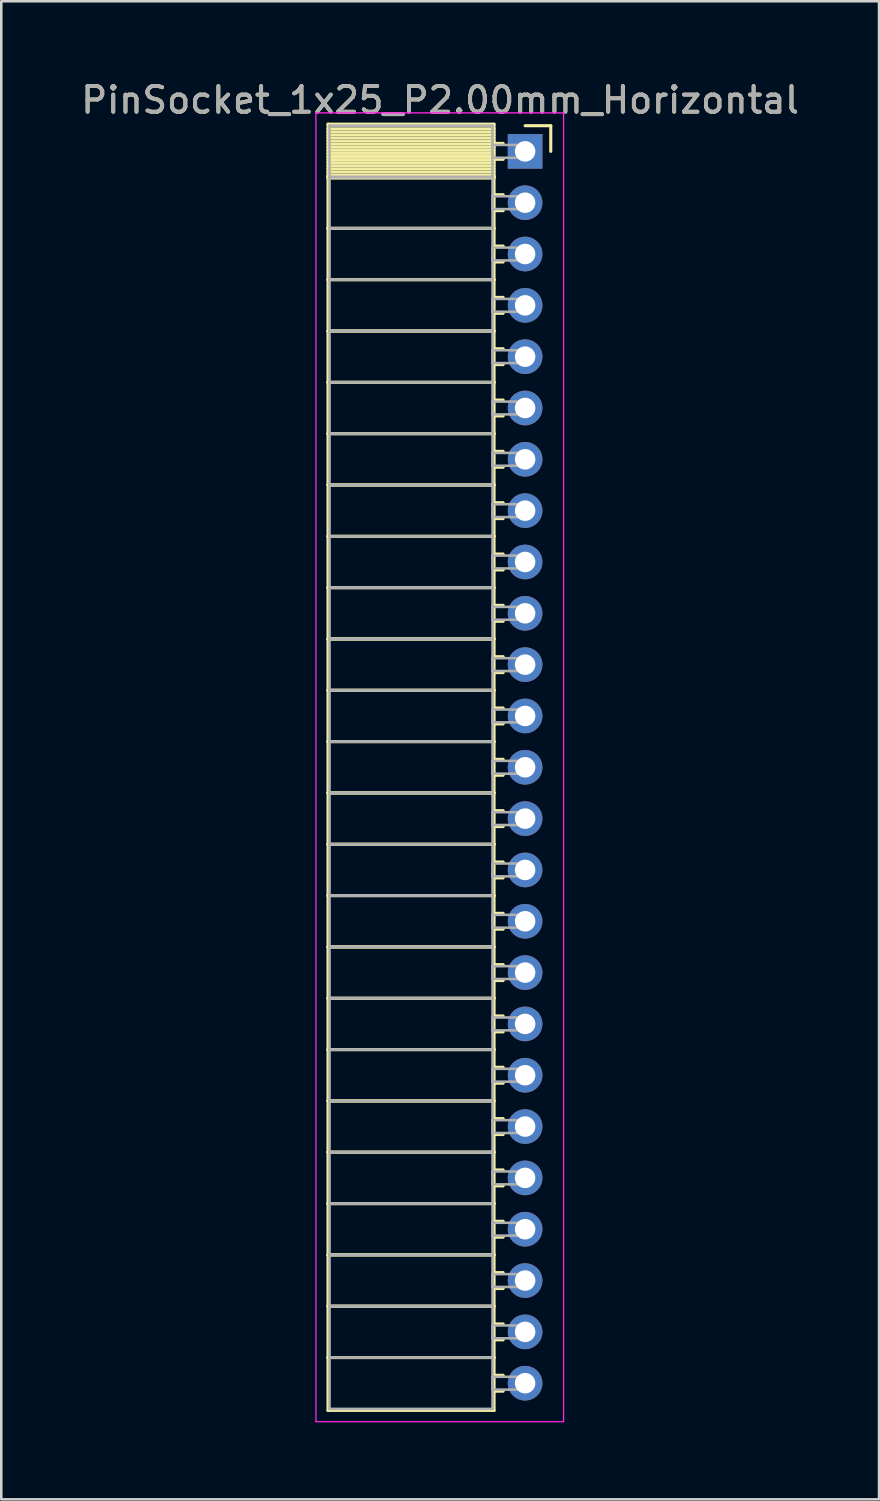
<source format=kicad_pcb>
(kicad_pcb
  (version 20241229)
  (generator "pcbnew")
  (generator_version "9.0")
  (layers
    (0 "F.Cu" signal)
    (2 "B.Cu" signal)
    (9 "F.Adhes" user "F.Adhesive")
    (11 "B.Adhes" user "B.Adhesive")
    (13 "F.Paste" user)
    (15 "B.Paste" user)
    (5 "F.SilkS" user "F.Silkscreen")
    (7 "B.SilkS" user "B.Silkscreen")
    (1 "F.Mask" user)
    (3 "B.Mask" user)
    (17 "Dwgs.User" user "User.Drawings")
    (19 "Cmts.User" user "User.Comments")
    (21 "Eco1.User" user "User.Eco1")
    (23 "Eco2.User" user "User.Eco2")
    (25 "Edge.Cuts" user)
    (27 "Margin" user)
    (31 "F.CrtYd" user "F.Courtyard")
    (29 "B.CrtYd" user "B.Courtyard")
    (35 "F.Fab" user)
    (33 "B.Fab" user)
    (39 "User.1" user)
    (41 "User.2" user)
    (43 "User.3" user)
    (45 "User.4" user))
  (footprint "PinSocket_1x25_P2.00mm_Horizontal"
    (layer "F.Cu")
    (at 17.411 2.848)
    (property "Reference" "PinSocket_1x25_P2.00mm_Horizontal" (at -3.31 -2 0) (layer "F.SilkS") (effects (font (size 1 1) (thickness 0.15))))
    (attr through_hole)
    (fp_line (start -7.68 -1.06) (end -1.21 -1.06) (stroke (width 0.12) (type solid)) (layer "F.SilkS"))
    (fp_line (start -7.68 1) (end -7.68 -1.06) (stroke (width 0.12) (type solid)) (layer "F.SilkS"))
    (fp_line (start -7.68 1) (end -1.21 1) (stroke (width 0.12) (type solid)) (layer "F.SilkS"))
    (fp_line (start -7.68 3) (end -7.68 1) (stroke (width 0.12) (type solid)) (layer "F.SilkS"))
    (fp_line (start -7.68 3) (end -1.21 3) (stroke (width 0.12) (type solid)) (layer "F.SilkS"))
    (fp_line (start -7.68 5) (end -7.68 3) (stroke (width 0.12) (type solid)) (layer "F.SilkS"))
    (fp_line (start -7.68 5) (end -1.21 5) (stroke (width 0.12) (type solid)) (layer "F.SilkS"))
    (fp_line (start -7.68 7) (end -7.68 5) (stroke (width 0.12) (type solid)) (layer "F.SilkS"))
    (fp_line (start -7.68 7) (end -1.21 7) (stroke (width 0.12) (type solid)) (layer "F.SilkS"))
    (fp_line (start -7.68 9) (end -7.68 7) (stroke (width 0.12) (type solid)) (layer "F.SilkS"))
    (fp_line (start -7.68 9) (end -1.21 9) (stroke (width 0.12) (type solid)) (layer "F.SilkS"))
    (fp_line (start -7.68 11) (end -7.68 9) (stroke (width 0.12) (type solid)) (layer "F.SilkS"))
    (fp_line (start -7.68 11) (end -1.21 11) (stroke (width 0.12) (type solid)) (layer "F.SilkS"))
    (fp_line (start -7.68 13) (end -7.68 11) (stroke (width 0.12) (type solid)) (layer "F.SilkS"))
    (fp_line (start -7.68 13) (end -1.21 13) (stroke (width 0.12) (type solid)) (layer "F.SilkS"))
    (fp_line (start -7.68 15) (end -7.68 13) (stroke (width 0.12) (type solid)) (layer "F.SilkS"))
    (fp_line (start -7.68 15) (end -1.21 15) (stroke (width 0.12) (type solid)) (layer "F.SilkS"))
    (fp_line (start -7.68 17) (end -7.68 15) (stroke (width 0.12) (type solid)) (layer "F.SilkS"))
    (fp_line (start -7.68 17) (end -1.21 17) (stroke (width 0.12) (type solid)) (layer "F.SilkS"))
    (fp_line (start -7.68 19) (end -7.68 17) (stroke (width 0.12) (type solid)) (layer "F.SilkS"))
    (fp_line (start -7.68 19) (end -1.21 19) (stroke (width 0.12) (type solid)) (layer "F.SilkS"))
    (fp_line (start -7.68 21) (end -7.68 19) (stroke (width 0.12) (type solid)) (layer "F.SilkS"))
    (fp_line (start -7.68 21) (end -1.21 21) (stroke (width 0.12) (type solid)) (layer "F.SilkS"))
    (fp_line (start -7.68 23) (end -7.68 21) (stroke (width 0.12) (type solid)) (layer "F.SilkS"))
    (fp_line (start -7.68 23) (end -1.21 23) (stroke (width 0.12) (type solid)) (layer "F.SilkS"))
    (fp_line (start -7.68 25) (end -7.68 23) (stroke (width 0.12) (type solid)) (layer "F.SilkS"))
    (fp_line (start -7.68 25) (end -1.21 25) (stroke (width 0.12) (type solid)) (layer "F.SilkS"))
    (fp_line (start -7.68 27) (end -7.68 25) (stroke (width 0.12) (type solid)) (layer "F.SilkS"))
    (fp_line (start -7.68 27) (end -1.21 27) (stroke (width 0.12) (type solid)) (layer "F.SilkS"))
    (fp_line (start -7.68 29) (end -7.68 27) (stroke (width 0.12) (type solid)) (layer "F.SilkS"))
    (fp_line (start -7.68 29) (end -1.21 29) (stroke (width 0.12) (type solid)) (layer "F.SilkS"))
    (fp_line (start -7.68 31) (end -7.68 29) (stroke (width 0.12) (type solid)) (layer "F.SilkS"))
    (fp_line (start -7.68 31) (end -1.21 31) (stroke (width 0.12) (type solid)) (layer "F.SilkS"))
    (fp_line (start -7.68 33) (end -7.68 31) (stroke (width 0.12) (type solid)) (layer "F.SilkS"))
    (fp_line (start -7.68 33) (end -1.21 33) (stroke (width 0.12) (type solid)) (layer "F.SilkS"))
    (fp_line (start -7.68 35) (end -7.68 33) (stroke (width 0.12) (type solid)) (layer "F.SilkS"))
    (fp_line (start -7.68 35) (end -1.21 35) (stroke (width 0.12) (type solid)) (layer "F.SilkS"))
    (fp_line (start -7.68 37) (end -7.68 35) (stroke (width 0.12) (type solid)) (layer "F.SilkS"))
    (fp_line (start -7.68 37) (end -1.21 37) (stroke (width 0.12) (type solid)) (layer "F.SilkS"))
    (fp_line (start -7.68 39) (end -7.68 37) (stroke (width 0.12) (type solid)) (layer "F.SilkS"))
    (fp_line (start -7.68 39) (end -1.21 39) (stroke (width 0.12) (type solid)) (layer "F.SilkS"))
    (fp_line (start -7.68 41) (end -7.68 39) (stroke (width 0.12) (type solid)) (layer "F.SilkS"))
    (fp_line (start -7.68 41) (end -1.21 41) (stroke (width 0.12) (type solid)) (layer "F.SilkS"))
    (fp_line (start -7.68 43) (end -7.68 41) (stroke (width 0.12) (type solid)) (layer "F.SilkS"))
    (fp_line (start -7.68 43) (end -1.21 43) (stroke (width 0.12) (type solid)) (layer "F.SilkS"))
    (fp_line (start -7.68 45) (end -7.68 43) (stroke (width 0.12) (type solid)) (layer "F.SilkS"))
    (fp_line (start -7.68 45) (end -1.21 45) (stroke (width 0.12) (type solid)) (layer "F.SilkS"))
    (fp_line (start -7.68 47) (end -7.68 45) (stroke (width 0.12) (type solid)) (layer "F.SilkS"))
    (fp_line (start -7.68 47) (end -1.21 47) (stroke (width 0.12) (type solid)) (layer "F.SilkS"))
    (fp_line (start -7.68 49.06) (end -7.68 47) (stroke (width 0.12) (type solid)) (layer "F.SilkS"))
    (fp_line (start -1.21 -1.06) (end -1.21 1) (stroke (width 0.12) (type solid)) (layer "F.SilkS"))
    (fp_line (start -1.21 -0.88) (end -7.68 -0.88) (stroke (width 0.12) (type solid)) (layer "F.SilkS"))
    (fp_line (start -1.21 -0.76) (end -7.68 -0.76) (stroke (width 0.12) (type solid)) (layer "F.SilkS"))
    (fp_line (start -1.21 -0.64) (end -7.68 -0.64) (stroke (width 0.12) (type solid)) (layer "F.SilkS"))
    (fp_line (start -1.21 -0.52) (end -7.68 -0.52) (stroke (width 0.12) (type solid)) (layer "F.SilkS"))
    (fp_line (start -1.21 -0.4) (end -7.68 -0.4) (stroke (width 0.12) (type solid)) (layer "F.SilkS"))
    (fp_line (start -1.21 -0.28) (end -7.68 -0.28) (stroke (width 0.12) (type solid)) (layer "F.SilkS"))
    (fp_line (start -1.21 -0.16) (end -7.68 -0.16) (stroke (width 0.12) (type solid)) (layer "F.SilkS"))
    (fp_line (start -1.21 -0.04) (end -7.68 -0.04) (stroke (width 0.12) (type solid)) (layer "F.SilkS"))
    (fp_line (start -1.21 0.08) (end -7.68 0.08) (stroke (width 0.12) (type solid)) (layer "F.SilkS"))
    (fp_line (start -1.21 0.2) (end -7.68 0.2) (stroke (width 0.12) (type solid)) (layer "F.SilkS"))
    (fp_line (start -1.21 0.32) (end -7.68 0.32) (stroke (width 0.12) (type solid)) (layer "F.SilkS"))
    (fp_line (start -1.21 0.44) (end -7.68 0.44) (stroke (width 0.12) (type solid)) (layer "F.SilkS"))
    (fp_line (start -1.21 0.56) (end -7.68 0.56) (stroke (width 0.12) (type solid)) (layer "F.SilkS"))
    (fp_line (start -1.21 0.68) (end -7.68 0.68) (stroke (width 0.12) (type solid)) (layer "F.SilkS"))
    (fp_line (start -1.21 0.8) (end -7.68 0.8) (stroke (width 0.12) (type solid)) (layer "F.SilkS"))
    (fp_line (start -1.21 0.92) (end -7.68 0.92) (stroke (width 0.12) (type solid)) (layer "F.SilkS"))
    (fp_line (start -1.21 1) (end -7.68 1) (stroke (width 0.12) (type solid)) (layer "F.SilkS"))
    (fp_line (start -1.21 1) (end -1.21 3) (stroke (width 0.12) (type solid)) (layer "F.SilkS"))
    (fp_line (start -1.21 1.04) (end -7.68 1.04) (stroke (width 0.12) (type solid)) (layer "F.SilkS"))
    (fp_line (start -1.21 3) (end -7.68 3) (stroke (width 0.12) (type solid)) (layer "F.SilkS"))
    (fp_line (start -1.21 3) (end -1.21 5) (stroke (width 0.12) (type solid)) (layer "F.SilkS"))
    (fp_line (start -1.21 5) (end -7.68 5) (stroke (width 0.12) (type solid)) (layer "F.SilkS"))
    (fp_line (start -1.21 5) (end -1.21 7) (stroke (width 0.12) (type solid)) (layer "F.SilkS"))
    (fp_line (start -1.21 7) (end -7.68 7) (stroke (width 0.12) (type solid)) (layer "F.SilkS"))
    (fp_line (start -1.21 7) (end -1.21 9) (stroke (width 0.12) (type solid)) (layer "F.SilkS"))
    (fp_line (start -1.21 9) (end -7.68 9) (stroke (width 0.12) (type solid)) (layer "F.SilkS"))
    (fp_line (start -1.21 9) (end -1.21 11) (stroke (width 0.12) (type solid)) (layer "F.SilkS"))
    (fp_line (start -1.21 11) (end -7.68 11) (stroke (width 0.12) (type solid)) (layer "F.SilkS"))
    (fp_line (start -1.21 11) (end -1.21 13) (stroke (width 0.12) (type solid)) (layer "F.SilkS"))
    (fp_line (start -1.21 13) (end -7.68 13) (stroke (width 0.12) (type solid)) (layer "F.SilkS"))
    (fp_line (start -1.21 13) (end -1.21 15) (stroke (width 0.12) (type solid)) (layer "F.SilkS"))
    (fp_line (start -1.21 15) (end -7.68 15) (stroke (width 0.12) (type solid)) (layer "F.SilkS"))
    (fp_line (start -1.21 15) (end -1.21 17) (stroke (width 0.12) (type solid)) (layer "F.SilkS"))
    (fp_line (start -1.21 17) (end -7.68 17) (stroke (width 0.12) (type solid)) (layer "F.SilkS"))
    (fp_line (start -1.21 17) (end -1.21 19) (stroke (width 0.12) (type solid)) (layer "F.SilkS"))
    (fp_line (start -1.21 19) (end -7.68 19) (stroke (width 0.12) (type solid)) (layer "F.SilkS"))
    (fp_line (start -1.21 19) (end -1.21 21) (stroke (width 0.12) (type solid)) (layer "F.SilkS"))
    (fp_line (start -1.21 21) (end -7.68 21) (stroke (width 0.12) (type solid)) (layer "F.SilkS"))
    (fp_line (start -1.21 21) (end -1.21 23) (stroke (width 0.12) (type solid)) (layer "F.SilkS"))
    (fp_line (start -1.21 23) (end -7.68 23) (stroke (width 0.12) (type solid)) (layer "F.SilkS"))
    (fp_line (start -1.21 23) (end -1.21 25) (stroke (width 0.12) (type solid)) (layer "F.SilkS"))
    (fp_line (start -1.21 25) (end -7.68 25) (stroke (width 0.12) (type solid)) (layer "F.SilkS"))
    (fp_line (start -1.21 25) (end -1.21 27) (stroke (width 0.12) (type solid)) (layer "F.SilkS"))
    (fp_line (start -1.21 27) (end -7.68 27) (stroke (width 0.12) (type solid)) (layer "F.SilkS"))
    (fp_line (start -1.21 27) (end -1.21 29) (stroke (width 0.12) (type solid)) (layer "F.SilkS"))
    (fp_line (start -1.21 29) (end -7.68 29) (stroke (width 0.12) (type solid)) (layer "F.SilkS"))
    (fp_line (start -1.21 29) (end -1.21 31) (stroke (width 0.12) (type solid)) (layer "F.SilkS"))
    (fp_line (start -1.21 31) (end -7.68 31) (stroke (width 0.12) (type solid)) (layer "F.SilkS"))
    (fp_line (start -1.21 31) (end -1.21 33) (stroke (width 0.12) (type solid)) (layer "F.SilkS"))
    (fp_line (start -1.21 33) (end -7.68 33) (stroke (width 0.12) (type solid)) (layer "F.SilkS"))
    (fp_line (start -1.21 33) (end -1.21 35) (stroke (width 0.12) (type solid)) (layer "F.SilkS"))
    (fp_line (start -1.21 35) (end -7.68 35) (stroke (width 0.12) (type solid)) (layer "F.SilkS"))
    (fp_line (start -1.21 35) (end -1.21 37) (stroke (width 0.12) (type solid)) (layer "F.SilkS"))
    (fp_line (start -1.21 37) (end -7.68 37) (stroke (width 0.12) (type solid)) (layer "F.SilkS"))
    (fp_line (start -1.21 37) (end -1.21 39) (stroke (width 0.12) (type solid)) (layer "F.SilkS"))
    (fp_line (start -1.21 39) (end -7.68 39) (stroke (width 0.12) (type solid)) (layer "F.SilkS"))
    (fp_line (start -1.21 39) (end -1.21 41) (stroke (width 0.12) (type solid)) (layer "F.SilkS"))
    (fp_line (start -1.21 41) (end -7.68 41) (stroke (width 0.12) (type solid)) (layer "F.SilkS"))
    (fp_line (start -1.21 41) (end -1.21 43) (stroke (width 0.12) (type solid)) (layer "F.SilkS"))
    (fp_line (start -1.21 43) (end -7.68 43) (stroke (width 0.12) (type solid)) (layer "F.SilkS"))
    (fp_line (start -1.21 43) (end -1.21 45) (stroke (width 0.12) (type solid)) (layer "F.SilkS"))
    (fp_line (start -1.21 45) (end -7.68 45) (stroke (width 0.12) (type solid)) (layer "F.SilkS"))
    (fp_line (start -1.21 45) (end -1.21 47) (stroke (width 0.12) (type solid)) (layer "F.SilkS"))
    (fp_line (start -1.21 47) (end -7.68 47) (stroke (width 0.12) (type solid)) (layer "F.SilkS"))
    (fp_line (start -1.21 47) (end -1.21 49.06) (stroke (width 0.12) (type solid)) (layer "F.SilkS"))
    (fp_line (start -1.21 49.06) (end -7.68 49.06) (stroke (width 0.12) (type solid)) (layer "F.SilkS"))
    (fp_line (start -0.855 -0.31) (end -1.21 -0.31) (stroke (width 0.12) (type solid)) (layer "F.SilkS"))
    (fp_line (start -0.855 0.31) (end -1.21 0.31) (stroke (width 0.12) (type solid)) (layer "F.SilkS"))
    (fp_line (start -0.855 1.69) (end -1.21 1.69) (stroke (width 0.12) (type solid)) (layer "F.SilkS"))
    (fp_line (start -0.855 2.31) (end -1.21 2.31) (stroke (width 0.12) (type solid)) (layer "F.SilkS"))
    (fp_line (start -0.855 3.69) (end -1.21 3.69) (stroke (width 0.12) (type solid)) (layer "F.SilkS"))
    (fp_line (start -0.855 4.31) (end -1.21 4.31) (stroke (width 0.12) (type solid)) (layer "F.SilkS"))
    (fp_line (start -0.855 5.69) (end -1.21 5.69) (stroke (width 0.12) (type solid)) (layer "F.SilkS"))
    (fp_line (start -0.855 6.31) (end -1.21 6.31) (stroke (width 0.12) (type solid)) (layer "F.SilkS"))
    (fp_line (start -0.855 7.69) (end -1.21 7.69) (stroke (width 0.12) (type solid)) (layer "F.SilkS"))
    (fp_line (start -0.855 8.31) (end -1.21 8.31) (stroke (width 0.12) (type solid)) (layer "F.SilkS"))
    (fp_line (start -0.855 9.69) (end -1.21 9.69) (stroke (width 0.12) (type solid)) (layer "F.SilkS"))
    (fp_line (start -0.855 10.31) (end -1.21 10.31) (stroke (width 0.12) (type solid)) (layer "F.SilkS"))
    (fp_line (start -0.855 11.69) (end -1.21 11.69) (stroke (width 0.12) (type solid)) (layer "F.SilkS"))
    (fp_line (start -0.855 12.31) (end -1.21 12.31) (stroke (width 0.12) (type solid)) (layer "F.SilkS"))
    (fp_line (start -0.855 13.69) (end -1.21 13.69) (stroke (width 0.12) (type solid)) (layer "F.SilkS"))
    (fp_line (start -0.855 14.31) (end -1.21 14.31) (stroke (width 0.12) (type solid)) (layer "F.SilkS"))
    (fp_line (start -0.855 15.69) (end -1.21 15.69) (stroke (width 0.12) (type solid)) (layer "F.SilkS"))
    (fp_line (start -0.855 16.31) (end -1.21 16.31) (stroke (width 0.12) (type solid)) (layer "F.SilkS"))
    (fp_line (start -0.855 17.69) (end -1.21 17.69) (stroke (width 0.12) (type solid)) (layer "F.SilkS"))
    (fp_line (start -0.855 18.31) (end -1.21 18.31) (stroke (width 0.12) (type solid)) (layer "F.SilkS"))
    (fp_line (start -0.855 19.69) (end -1.21 19.69) (stroke (width 0.12) (type solid)) (layer "F.SilkS"))
    (fp_line (start -0.855 20.31) (end -1.21 20.31) (stroke (width 0.12) (type solid)) (layer "F.SilkS"))
    (fp_line (start -0.855 21.69) (end -1.21 21.69) (stroke (width 0.12) (type solid)) (layer "F.SilkS"))
    (fp_line (start -0.855 22.31) (end -1.21 22.31) (stroke (width 0.12) (type solid)) (layer "F.SilkS"))
    (fp_line (start -0.855 23.69) (end -1.21 23.69) (stroke (width 0.12) (type solid)) (layer "F.SilkS"))
    (fp_line (start -0.855 24.31) (end -1.21 24.31) (stroke (width 0.12) (type solid)) (layer "F.SilkS"))
    (fp_line (start -0.855 25.69) (end -1.21 25.69) (stroke (width 0.12) (type solid)) (layer "F.SilkS"))
    (fp_line (start -0.855 26.31) (end -1.21 26.31) (stroke (width 0.12) (type solid)) (layer "F.SilkS"))
    (fp_line (start -0.855 27.69) (end -1.21 27.69) (stroke (width 0.12) (type solid)) (layer "F.SilkS"))
    (fp_line (start -0.855 28.31) (end -1.21 28.31) (stroke (width 0.12) (type solid)) (layer "F.SilkS"))
    (fp_line (start -0.855 29.69) (end -1.21 29.69) (stroke (width 0.12) (type solid)) (layer "F.SilkS"))
    (fp_line (start -0.855 30.31) (end -1.21 30.31) (stroke (width 0.12) (type solid)) (layer "F.SilkS"))
    (fp_line (start -0.855 31.69) (end -1.21 31.69) (stroke (width 0.12) (type solid)) (layer "F.SilkS"))
    (fp_line (start -0.855 32.31) (end -1.21 32.31) (stroke (width 0.12) (type solid)) (layer "F.SilkS"))
    (fp_line (start -0.855 33.69) (end -1.21 33.69) (stroke (width 0.12) (type solid)) (layer "F.SilkS"))
    (fp_line (start -0.855 34.31) (end -1.21 34.31) (stroke (width 0.12) (type solid)) (layer "F.SilkS"))
    (fp_line (start -0.855 35.69) (end -1.21 35.69) (stroke (width 0.12) (type solid)) (layer "F.SilkS"))
    (fp_line (start -0.855 36.31) (end -1.21 36.31) (stroke (width 0.12) (type solid)) (layer "F.SilkS"))
    (fp_line (start -0.855 37.69) (end -1.21 37.69) (stroke (width 0.12) (type solid)) (layer "F.SilkS"))
    (fp_line (start -0.855 38.31) (end -1.21 38.31) (stroke (width 0.12) (type solid)) (layer "F.SilkS"))
    (fp_line (start -0.855 39.69) (end -1.21 39.69) (stroke (width 0.12) (type solid)) (layer "F.SilkS"))
    (fp_line (start -0.855 40.31) (end -1.21 40.31) (stroke (width 0.12) (type solid)) (layer "F.SilkS"))
    (fp_line (start -0.855 41.69) (end -1.21 41.69) (stroke (width 0.12) (type solid)) (layer "F.SilkS"))
    (fp_line (start -0.855 42.31) (end -1.21 42.31) (stroke (width 0.12) (type solid)) (layer "F.SilkS"))
    (fp_line (start -0.855 43.69) (end -1.21 43.69) (stroke (width 0.12) (type solid)) (layer "F.SilkS"))
    (fp_line (start -0.855 44.31) (end -1.21 44.31) (stroke (width 0.12) (type solid)) (layer "F.SilkS"))
    (fp_line (start -0.855 45.69) (end -1.21 45.69) (stroke (width 0.12) (type solid)) (layer "F.SilkS"))
    (fp_line (start -0.855 46.31) (end -1.21 46.31) (stroke (width 0.12) (type solid)) (layer "F.SilkS"))
    (fp_line (start -0.855 47.69) (end -1.21 47.69) (stroke (width 0.12) (type solid)) (layer "F.SilkS"))
    (fp_line (start -0.855 48.31) (end -1.21 48.31) (stroke (width 0.12) (type solid)) (layer "F.SilkS"))
    (fp_line (start 0 -1) (end 1 -1) (stroke (width 0.12) (type solid)) (layer "F.SilkS"))
    (fp_line (start 1 -1) (end 1 0) (stroke (width 0.12) (type solid)) (layer "F.SilkS"))
    (fp_line (start -8.15 -1.5) (end 1.5 -1.5) (stroke (width 0.05) (type solid)) (layer "F.CrtYd"))
    (fp_line (start -8.15 49.5) (end -8.15 -1.5) (stroke (width 0.05) (type solid)) (layer "F.CrtYd"))
    (fp_line (start 1.5 -1.5) (end 1.5 49.5) (stroke (width 0.05) (type solid)) (layer "F.CrtYd"))
    (fp_line (start 1.5 49.5) (end -8.15 49.5) (stroke (width 0.05) (type solid)) (layer "F.CrtYd"))
    (fp_line (start -7.62 -1) (end -1.27 -1) (stroke (width 0.1) (type solid)) (layer "F.Fab"))
    (fp_line (start -7.62 1) (end -7.62 -1) (stroke (width 0.1) (type solid)) (layer "F.Fab"))
    (fp_line (start -7.62 1) (end -1.27 1) (stroke (width 0.1) (type solid)) (layer "F.Fab"))
    (fp_line (start -7.62 3) (end -7.62 1) (stroke (width 0.1) (type solid)) (layer "F.Fab"))
    (fp_line (start -7.62 3) (end -1.27 3) (stroke (width 0.1) (type solid)) (layer "F.Fab"))
    (fp_line (start -7.62 5) (end -7.62 3) (stroke (width 0.1) (type solid)) (layer "F.Fab"))
    (fp_line (start -7.62 5) (end -1.27 5) (stroke (width 0.1) (type solid)) (layer "F.Fab"))
    (fp_line (start -7.62 7) (end -7.62 5) (stroke (width 0.1) (type solid)) (layer "F.Fab"))
    (fp_line (start -7.62 7) (end -1.27 7) (stroke (width 0.1) (type solid)) (layer "F.Fab"))
    (fp_line (start -7.62 9) (end -7.62 7) (stroke (width 0.1) (type solid)) (layer "F.Fab"))
    (fp_line (start -7.62 9) (end -1.27 9) (stroke (width 0.1) (type solid)) (layer "F.Fab"))
    (fp_line (start -7.62 11) (end -7.62 9) (stroke (width 0.1) (type solid)) (layer "F.Fab"))
    (fp_line (start -7.62 11) (end -1.27 11) (stroke (width 0.1) (type solid)) (layer "F.Fab"))
    (fp_line (start -7.62 13) (end -7.62 11) (stroke (width 0.1) (type solid)) (layer "F.Fab"))
    (fp_line (start -7.62 13) (end -1.27 13) (stroke (width 0.1) (type solid)) (layer "F.Fab"))
    (fp_line (start -7.62 15) (end -7.62 13) (stroke (width 0.1) (type solid)) (layer "F.Fab"))
    (fp_line (start -7.62 15) (end -1.27 15) (stroke (width 0.1) (type solid)) (layer "F.Fab"))
    (fp_line (start -7.62 17) (end -7.62 15) (stroke (width 0.1) (type solid)) (layer "F.Fab"))
    (fp_line (start -7.62 17) (end -1.27 17) (stroke (width 0.1) (type solid)) (layer "F.Fab"))
    (fp_line (start -7.62 19) (end -7.62 17) (stroke (width 0.1) (type solid)) (layer "F.Fab"))
    (fp_line (start -7.62 19) (end -1.27 19) (stroke (width 0.1) (type solid)) (layer "F.Fab"))
    (fp_line (start -7.62 21) (end -7.62 19) (stroke (width 0.1) (type solid)) (layer "F.Fab"))
    (fp_line (start -7.62 21) (end -1.27 21) (stroke (width 0.1) (type solid)) (layer "F.Fab"))
    (fp_line (start -7.62 23) (end -7.62 21) (stroke (width 0.1) (type solid)) (layer "F.Fab"))
    (fp_line (start -7.62 23) (end -1.27 23) (stroke (width 0.1) (type solid)) (layer "F.Fab"))
    (fp_line (start -7.62 25) (end -7.62 23) (stroke (width 0.1) (type solid)) (layer "F.Fab"))
    (fp_line (start -7.62 25) (end -1.27 25) (stroke (width 0.1) (type solid)) (layer "F.Fab"))
    (fp_line (start -7.62 27) (end -7.62 25) (stroke (width 0.1) (type solid)) (layer "F.Fab"))
    (fp_line (start -7.62 27) (end -1.27 27) (stroke (width 0.1) (type solid)) (layer "F.Fab"))
    (fp_line (start -7.62 29) (end -7.62 27) (stroke (width 0.1) (type solid)) (layer "F.Fab"))
    (fp_line (start -7.62 29) (end -1.27 29) (stroke (width 0.1) (type solid)) (layer "F.Fab"))
    (fp_line (start -7.62 31) (end -7.62 29) (stroke (width 0.1) (type solid)) (layer "F.Fab"))
    (fp_line (start -7.62 31) (end -1.27 31) (stroke (width 0.1) (type solid)) (layer "F.Fab"))
    (fp_line (start -7.62 33) (end -7.62 31) (stroke (width 0.1) (type solid)) (layer "F.Fab"))
    (fp_line (start -7.62 33) (end -1.27 33) (stroke (width 0.1) (type solid)) (layer "F.Fab"))
    (fp_line (start -7.62 35) (end -7.62 33) (stroke (width 0.1) (type solid)) (layer "F.Fab"))
    (fp_line (start -7.62 35) (end -1.27 35) (stroke (width 0.1) (type solid)) (layer "F.Fab"))
    (fp_line (start -7.62 37) (end -7.62 35) (stroke (width 0.1) (type solid)) (layer "F.Fab"))
    (fp_line (start -7.62 37) (end -1.27 37) (stroke (width 0.1) (type solid)) (layer "F.Fab"))
    (fp_line (start -7.62 39) (end -7.62 37) (stroke (width 0.1) (type solid)) (layer "F.Fab"))
    (fp_line (start -7.62 39) (end -1.27 39) (stroke (width 0.1) (type solid)) (layer "F.Fab"))
    (fp_line (start -7.62 41) (end -7.62 39) (stroke (width 0.1) (type solid)) (layer "F.Fab"))
    (fp_line (start -7.62 41) (end -1.27 41) (stroke (width 0.1) (type solid)) (layer "F.Fab"))
    (fp_line (start -7.62 43) (end -7.62 41) (stroke (width 0.1) (type solid)) (layer "F.Fab"))
    (fp_line (start -7.62 43) (end -1.27 43) (stroke (width 0.1) (type solid)) (layer "F.Fab"))
    (fp_line (start -7.62 45) (end -7.62 43) (stroke (width 0.1) (type solid)) (layer "F.Fab"))
    (fp_line (start -7.62 45) (end -1.27 45) (stroke (width 0.1) (type solid)) (layer "F.Fab"))
    (fp_line (start -7.62 47) (end -7.62 45) (stroke (width 0.1) (type solid)) (layer "F.Fab"))
    (fp_line (start -7.62 47) (end -1.27 47) (stroke (width 0.1) (type solid)) (layer "F.Fab"))
    (fp_line (start -7.62 49) (end -7.62 47) (stroke (width 0.1) (type solid)) (layer "F.Fab"))
    (fp_line (start -1.27 -1) (end -1.27 1) (stroke (width 0.1) (type solid)) (layer "F.Fab"))
    (fp_line (start -1.27 -0.25) (end 0 -0.25) (stroke (width 0.1) (type solid)) (layer "F.Fab"))
    (fp_line (start -1.27 0.25) (end -1.27 -0.25) (stroke (width 0.1) (type solid)) (layer "F.Fab"))
    (fp_line (start -1.27 1) (end -7.62 1) (stroke (width 0.1) (type solid)) (layer "F.Fab"))
    (fp_line (start -1.27 1) (end -1.27 3) (stroke (width 0.1) (type solid)) (layer "F.Fab"))
    (fp_line (start -1.27 1.75) (end 0 1.75) (stroke (width 0.1) (type solid)) (layer "F.Fab"))
    (fp_line (start -1.27 2.25) (end -1.27 1.75) (stroke (width 0.1) (type solid)) (layer "F.Fab"))
    (fp_line (start -1.27 3) (end -7.62 3) (stroke (width 0.1) (type solid)) (layer "F.Fab"))
    (fp_line (start -1.27 3) (end -1.27 5) (stroke (width 0.1) (type solid)) (layer "F.Fab"))
    (fp_line (start -1.27 3.75) (end 0 3.75) (stroke (width 0.1) (type solid)) (layer "F.Fab"))
    (fp_line (start -1.27 4.25) (end -1.27 3.75) (stroke (width 0.1) (type solid)) (layer "F.Fab"))
    (fp_line (start -1.27 5) (end -7.62 5) (stroke (width 0.1) (type solid)) (layer "F.Fab"))
    (fp_line (start -1.27 5) (end -1.27 7) (stroke (width 0.1) (type solid)) (layer "F.Fab"))
    (fp_line (start -1.27 5.75) (end 0 5.75) (stroke (width 0.1) (type solid)) (layer "F.Fab"))
    (fp_line (start -1.27 6.25) (end -1.27 5.75) (stroke (width 0.1) (type solid)) (layer "F.Fab"))
    (fp_line (start -1.27 7) (end -7.62 7) (stroke (width 0.1) (type solid)) (layer "F.Fab"))
    (fp_line (start -1.27 7) (end -1.27 9) (stroke (width 0.1) (type solid)) (layer "F.Fab"))
    (fp_line (start -1.27 7.75) (end 0 7.75) (stroke (width 0.1) (type solid)) (layer "F.Fab"))
    (fp_line (start -1.27 8.25) (end -1.27 7.75) (stroke (width 0.1) (type solid)) (layer "F.Fab"))
    (fp_line (start -1.27 9) (end -7.62 9) (stroke (width 0.1) (type solid)) (layer "F.Fab"))
    (fp_line (start -1.27 9) (end -1.27 11) (stroke (width 0.1) (type solid)) (layer "F.Fab"))
    (fp_line (start -1.27 9.75) (end 0 9.75) (stroke (width 0.1) (type solid)) (layer "F.Fab"))
    (fp_line (start -1.27 10.25) (end -1.27 9.75) (stroke (width 0.1) (type solid)) (layer "F.Fab"))
    (fp_line (start -1.27 11) (end -7.62 11) (stroke (width 0.1) (type solid)) (layer "F.Fab"))
    (fp_line (start -1.27 11) (end -1.27 13) (stroke (width 0.1) (type solid)) (layer "F.Fab"))
    (fp_line (start -1.27 11.75) (end 0 11.75) (stroke (width 0.1) (type solid)) (layer "F.Fab"))
    (fp_line (start -1.27 12.25) (end -1.27 11.75) (stroke (width 0.1) (type solid)) (layer "F.Fab"))
    (fp_line (start -1.27 13) (end -7.62 13) (stroke (width 0.1) (type solid)) (layer "F.Fab"))
    (fp_line (start -1.27 13) (end -1.27 15) (stroke (width 0.1) (type solid)) (layer "F.Fab"))
    (fp_line (start -1.27 13.75) (end 0 13.75) (stroke (width 0.1) (type solid)) (layer "F.Fab"))
    (fp_line (start -1.27 14.25) (end -1.27 13.75) (stroke (width 0.1) (type solid)) (layer "F.Fab"))
    (fp_line (start -1.27 15) (end -7.62 15) (stroke (width 0.1) (type solid)) (layer "F.Fab"))
    (fp_line (start -1.27 15) (end -1.27 17) (stroke (width 0.1) (type solid)) (layer "F.Fab"))
    (fp_line (start -1.27 15.75) (end 0 15.75) (stroke (width 0.1) (type solid)) (layer "F.Fab"))
    (fp_line (start -1.27 16.25) (end -1.27 15.75) (stroke (width 0.1) (type solid)) (layer "F.Fab"))
    (fp_line (start -1.27 17) (end -7.62 17) (stroke (width 0.1) (type solid)) (layer "F.Fab"))
    (fp_line (start -1.27 17) (end -1.27 19) (stroke (width 0.1) (type solid)) (layer "F.Fab"))
    (fp_line (start -1.27 17.75) (end 0 17.75) (stroke (width 0.1) (type solid)) (layer "F.Fab"))
    (fp_line (start -1.27 18.25) (end -1.27 17.75) (stroke (width 0.1) (type solid)) (layer "F.Fab"))
    (fp_line (start -1.27 19) (end -7.62 19) (stroke (width 0.1) (type solid)) (layer "F.Fab"))
    (fp_line (start -1.27 19) (end -1.27 21) (stroke (width 0.1) (type solid)) (layer "F.Fab"))
    (fp_line (start -1.27 19.75) (end 0 19.75) (stroke (width 0.1) (type solid)) (layer "F.Fab"))
    (fp_line (start -1.27 20.25) (end -1.27 19.75) (stroke (width 0.1) (type solid)) (layer "F.Fab"))
    (fp_line (start -1.27 21) (end -7.62 21) (stroke (width 0.1) (type solid)) (layer "F.Fab"))
    (fp_line (start -1.27 21) (end -1.27 23) (stroke (width 0.1) (type solid)) (layer "F.Fab"))
    (fp_line (start -1.27 21.75) (end 0 21.75) (stroke (width 0.1) (type solid)) (layer "F.Fab"))
    (fp_line (start -1.27 22.25) (end -1.27 21.75) (stroke (width 0.1) (type solid)) (layer "F.Fab"))
    (fp_line (start -1.27 23) (end -7.62 23) (stroke (width 0.1) (type solid)) (layer "F.Fab"))
    (fp_line (start -1.27 23) (end -1.27 25) (stroke (width 0.1) (type solid)) (layer "F.Fab"))
    (fp_line (start -1.27 23.75) (end 0 23.75) (stroke (width 0.1) (type solid)) (layer "F.Fab"))
    (fp_line (start -1.27 24.25) (end -1.27 23.75) (stroke (width 0.1) (type solid)) (layer "F.Fab"))
    (fp_line (start -1.27 25) (end -7.62 25) (stroke (width 0.1) (type solid)) (layer "F.Fab"))
    (fp_line (start -1.27 25) (end -1.27 27) (stroke (width 0.1) (type solid)) (layer "F.Fab"))
    (fp_line (start -1.27 25.75) (end 0 25.75) (stroke (width 0.1) (type solid)) (layer "F.Fab"))
    (fp_line (start -1.27 26.25) (end -1.27 25.75) (stroke (width 0.1) (type solid)) (layer "F.Fab"))
    (fp_line (start -1.27 27) (end -7.62 27) (stroke (width 0.1) (type solid)) (layer "F.Fab"))
    (fp_line (start -1.27 27) (end -1.27 29) (stroke (width 0.1) (type solid)) (layer "F.Fab"))
    (fp_line (start -1.27 27.75) (end 0 27.75) (stroke (width 0.1) (type solid)) (layer "F.Fab"))
    (fp_line (start -1.27 28.25) (end -1.27 27.75) (stroke (width 0.1) (type solid)) (layer "F.Fab"))
    (fp_line (start -1.27 29) (end -7.62 29) (stroke (width 0.1) (type solid)) (layer "F.Fab"))
    (fp_line (start -1.27 29) (end -1.27 31) (stroke (width 0.1) (type solid)) (layer "F.Fab"))
    (fp_line (start -1.27 29.75) (end 0 29.75) (stroke (width 0.1) (type solid)) (layer "F.Fab"))
    (fp_line (start -1.27 30.25) (end -1.27 29.75) (stroke (width 0.1) (type solid)) (layer "F.Fab"))
    (fp_line (start -1.27 31) (end -7.62 31) (stroke (width 0.1) (type solid)) (layer "F.Fab"))
    (fp_line (start -1.27 31) (end -1.27 33) (stroke (width 0.1) (type solid)) (layer "F.Fab"))
    (fp_line (start -1.27 31.75) (end 0 31.75) (stroke (width 0.1) (type solid)) (layer "F.Fab"))
    (fp_line (start -1.27 32.25) (end -1.27 31.75) (stroke (width 0.1) (type solid)) (layer "F.Fab"))
    (fp_line (start -1.27 33) (end -7.62 33) (stroke (width 0.1) (type solid)) (layer "F.Fab"))
    (fp_line (start -1.27 33) (end -1.27 35) (stroke (width 0.1) (type solid)) (layer "F.Fab"))
    (fp_line (start -1.27 33.75) (end 0 33.75) (stroke (width 0.1) (type solid)) (layer "F.Fab"))
    (fp_line (start -1.27 34.25) (end -1.27 33.75) (stroke (width 0.1) (type solid)) (layer "F.Fab"))
    (fp_line (start -1.27 35) (end -7.62 35) (stroke (width 0.1) (type solid)) (layer "F.Fab"))
    (fp_line (start -1.27 35) (end -1.27 37) (stroke (width 0.1) (type solid)) (layer "F.Fab"))
    (fp_line (start -1.27 35.75) (end 0 35.75) (stroke (width 0.1) (type solid)) (layer "F.Fab"))
    (fp_line (start -1.27 36.25) (end -1.27 35.75) (stroke (width 0.1) (type solid)) (layer "F.Fab"))
    (fp_line (start -1.27 37) (end -7.62 37) (stroke (width 0.1) (type solid)) (layer "F.Fab"))
    (fp_line (start -1.27 37) (end -1.27 39) (stroke (width 0.1) (type solid)) (layer "F.Fab"))
    (fp_line (start -1.27 37.75) (end 0 37.75) (stroke (width 0.1) (type solid)) (layer "F.Fab"))
    (fp_line (start -1.27 38.25) (end -1.27 37.75) (stroke (width 0.1) (type solid)) (layer "F.Fab"))
    (fp_line (start -1.27 39) (end -7.62 39) (stroke (width 0.1) (type solid)) (layer "F.Fab"))
    (fp_line (start -1.27 39) (end -1.27 41) (stroke (width 0.1) (type solid)) (layer "F.Fab"))
    (fp_line (start -1.27 39.75) (end 0 39.75) (stroke (width 0.1) (type solid)) (layer "F.Fab"))
    (fp_line (start -1.27 40.25) (end -1.27 39.75) (stroke (width 0.1) (type solid)) (layer "F.Fab"))
    (fp_line (start -1.27 41) (end -7.62 41) (stroke (width 0.1) (type solid)) (layer "F.Fab"))
    (fp_line (start -1.27 41) (end -1.27 43) (stroke (width 0.1) (type solid)) (layer "F.Fab"))
    (fp_line (start -1.27 41.75) (end 0 41.75) (stroke (width 0.1) (type solid)) (layer "F.Fab"))
    (fp_line (start -1.27 42.25) (end -1.27 41.75) (stroke (width 0.1) (type solid)) (layer "F.Fab"))
    (fp_line (start -1.27 43) (end -7.62 43) (stroke (width 0.1) (type solid)) (layer "F.Fab"))
    (fp_line (start -1.27 43) (end -1.27 45) (stroke (width 0.1) (type solid)) (layer "F.Fab"))
    (fp_line (start -1.27 43.75) (end 0 43.75) (stroke (width 0.1) (type solid)) (layer "F.Fab"))
    (fp_line (start -1.27 44.25) (end -1.27 43.75) (stroke (width 0.1) (type solid)) (layer "F.Fab"))
    (fp_line (start -1.27 45) (end -7.62 45) (stroke (width 0.1) (type solid)) (layer "F.Fab"))
    (fp_line (start -1.27 45) (end -1.27 47) (stroke (width 0.1) (type solid)) (layer "F.Fab"))
    (fp_line (start -1.27 45.75) (end 0 45.75) (stroke (width 0.1) (type solid)) (layer "F.Fab"))
    (fp_line (start -1.27 46.25) (end -1.27 45.75) (stroke (width 0.1) (type solid)) (layer "F.Fab"))
    (fp_line (start -1.27 47) (end -7.62 47) (stroke (width 0.1) (type solid)) (layer "F.Fab"))
    (fp_line (start -1.27 47) (end -1.27 49) (stroke (width 0.1) (type solid)) (layer "F.Fab"))
    (fp_line (start -1.27 47.75) (end 0 47.75) (stroke (width 0.1) (type solid)) (layer "F.Fab"))
    (fp_line (start -1.27 48.25) (end -1.27 47.75) (stroke (width 0.1) (type solid)) (layer "F.Fab"))
    (fp_line (start -1.27 49) (end -7.62 49) (stroke (width 0.1) (type solid)) (layer "F.Fab"))
    (fp_line (start 0 -0.25) (end 0 0.25) (stroke (width 0.1) (type solid)) (layer "F.Fab"))
    (fp_line (start 0 0.25) (end -1.27 0.25) (stroke (width 0.1) (type solid)) (layer "F.Fab"))
    (fp_line (start 0 1.75) (end 0 2.25) (stroke (width 0.1) (type solid)) (layer "F.Fab"))
    (fp_line (start 0 2.25) (end -1.27 2.25) (stroke (width 0.1) (type solid)) (layer "F.Fab"))
    (fp_line (start 0 3.75) (end 0 4.25) (stroke (width 0.1) (type solid)) (layer "F.Fab"))
    (fp_line (start 0 4.25) (end -1.27 4.25) (stroke (width 0.1) (type solid)) (layer "F.Fab"))
    (fp_line (start 0 5.75) (end 0 6.25) (stroke (width 0.1) (type solid)) (layer "F.Fab"))
    (fp_line (start 0 6.25) (end -1.27 6.25) (stroke (width 0.1) (type solid)) (layer "F.Fab"))
    (fp_line (start 0 7.75) (end 0 8.25) (stroke (width 0.1) (type solid)) (layer "F.Fab"))
    (fp_line (start 0 8.25) (end -1.27 8.25) (stroke (width 0.1) (type solid)) (layer "F.Fab"))
    (fp_line (start 0 9.75) (end 0 10.25) (stroke (width 0.1) (type solid)) (layer "F.Fab"))
    (fp_line (start 0 10.25) (end -1.27 10.25) (stroke (width 0.1) (type solid)) (layer "F.Fab"))
    (fp_line (start 0 11.75) (end 0 12.25) (stroke (width 0.1) (type solid)) (layer "F.Fab"))
    (fp_line (start 0 12.25) (end -1.27 12.25) (stroke (width 0.1) (type solid)) (layer "F.Fab"))
    (fp_line (start 0 13.75) (end 0 14.25) (stroke (width 0.1) (type solid)) (layer "F.Fab"))
    (fp_line (start 0 14.25) (end -1.27 14.25) (stroke (width 0.1) (type solid)) (layer "F.Fab"))
    (fp_line (start 0 15.75) (end 0 16.25) (stroke (width 0.1) (type solid)) (layer "F.Fab"))
    (fp_line (start 0 16.25) (end -1.27 16.25) (stroke (width 0.1) (type solid)) (layer "F.Fab"))
    (fp_line (start 0 17.75) (end 0 18.25) (stroke (width 0.1) (type solid)) (layer "F.Fab"))
    (fp_line (start 0 18.25) (end -1.27 18.25) (stroke (width 0.1) (type solid)) (layer "F.Fab"))
    (fp_line (start 0 19.75) (end 0 20.25) (stroke (width 0.1) (type solid)) (layer "F.Fab"))
    (fp_line (start 0 20.25) (end -1.27 20.25) (stroke (width 0.1) (type solid)) (layer "F.Fab"))
    (fp_line (start 0 21.75) (end 0 22.25) (stroke (width 0.1) (type solid)) (layer "F.Fab"))
    (fp_line (start 0 22.25) (end -1.27 22.25) (stroke (width 0.1) (type solid)) (layer "F.Fab"))
    (fp_line (start 0 23.75) (end 0 24.25) (stroke (width 0.1) (type solid)) (layer "F.Fab"))
    (fp_line (start 0 24.25) (end -1.27 24.25) (stroke (width 0.1) (type solid)) (layer "F.Fab"))
    (fp_line (start 0 25.75) (end 0 26.25) (stroke (width 0.1) (type solid)) (layer "F.Fab"))
    (fp_line (start 0 26.25) (end -1.27 26.25) (stroke (width 0.1) (type solid)) (layer "F.Fab"))
    (fp_line (start 0 27.75) (end 0 28.25) (stroke (width 0.1) (type solid)) (layer "F.Fab"))
    (fp_line (start 0 28.25) (end -1.27 28.25) (stroke (width 0.1) (type solid)) (layer "F.Fab"))
    (fp_line (start 0 29.75) (end 0 30.25) (stroke (width 0.1) (type solid)) (layer "F.Fab"))
    (fp_line (start 0 30.25) (end -1.27 30.25) (stroke (width 0.1) (type solid)) (layer "F.Fab"))
    (fp_line (start 0 31.75) (end 0 32.25) (stroke (width 0.1) (type solid)) (layer "F.Fab"))
    (fp_line (start 0 32.25) (end -1.27 32.25) (stroke (width 0.1) (type solid)) (layer "F.Fab"))
    (fp_line (start 0 33.75) (end 0 34.25) (stroke (width 0.1) (type solid)) (layer "F.Fab"))
    (fp_line (start 0 34.25) (end -1.27 34.25) (stroke (width 0.1) (type solid)) (layer "F.Fab"))
    (fp_line (start 0 35.75) (end 0 36.25) (stroke (width 0.1) (type solid)) (layer "F.Fab"))
    (fp_line (start 0 36.25) (end -1.27 36.25) (stroke (width 0.1) (type solid)) (layer "F.Fab"))
    (fp_line (start 0 37.75) (end 0 38.25) (stroke (width 0.1) (type solid)) (layer "F.Fab"))
    (fp_line (start 0 38.25) (end -1.27 38.25) (stroke (width 0.1) (type solid)) (layer "F.Fab"))
    (fp_line (start 0 39.75) (end 0 40.25) (stroke (width 0.1) (type solid)) (layer "F.Fab"))
    (fp_line (start 0 40.25) (end -1.27 40.25) (stroke (width 0.1) (type solid)) (layer "F.Fab"))
    (fp_line (start 0 41.75) (end 0 42.25) (stroke (width 0.1) (type solid)) (layer "F.Fab"))
    (fp_line (start 0 42.25) (end -1.27 42.25) (stroke (width 0.1) (type solid)) (layer "F.Fab"))
    (fp_line (start 0 43.75) (end 0 44.25) (stroke (width 0.1) (type solid)) (layer "F.Fab"))
    (fp_line (start 0 44.25) (end -1.27 44.25) (stroke (width 0.1) (type solid)) (layer "F.Fab"))
    (fp_line (start 0 45.75) (end 0 46.25) (stroke (width 0.1) (type solid)) (layer "F.Fab"))
    (fp_line (start 0 46.25) (end -1.27 46.25) (stroke (width 0.1) (type solid)) (layer "F.Fab"))
    (fp_line (start 0 47.75) (end 0 48.25) (stroke (width 0.1) (type solid)) (layer "F.Fab"))
    (fp_line (start 0 48.25) (end -1.27 48.25) (stroke (width 0.1) (type solid)) (layer "F.Fab"))
    (fp_text user "${REFERENCE}" (at -3.31 -2 0) (layer "F.Fab") (effects (font (size 1 1) (thickness 0.15))))
    (pad "1" thru_hole rect (at 0 0) (size 1.35 1.35) (drill 0.8) (layers "*.Cu" "*.Mask"))
    (pad "2" thru_hole oval (at 0 2) (size 1.35 1.35) (drill 0.8) (layers "*.Cu" "*.Mask"))
    (pad "3" thru_hole oval (at 0 4) (size 1.35 1.35) (drill 0.8) (layers "*.Cu" "*.Mask"))
    (pad "4" thru_hole oval (at 0 6) (size 1.35 1.35) (drill 0.8) (layers "*.Cu" "*.Mask"))
    (pad "5" thru_hole oval (at 0 8) (size 1.35 1.35) (drill 0.8) (layers "*.Cu" "*.Mask"))
    (pad "6" thru_hole oval (at 0 10) (size 1.35 1.35) (drill 0.8) (layers "*.Cu" "*.Mask"))
    (pad "7" thru_hole oval (at 0 12) (size 1.35 1.35) (drill 0.8) (layers "*.Cu" "*.Mask"))
    (pad "8" thru_hole oval (at 0 14) (size 1.35 1.35) (drill 0.8) (layers "*.Cu" "*.Mask"))
    (pad "9" thru_hole oval (at 0 16) (size 1.35 1.35) (drill 0.8) (layers "*.Cu" "*.Mask"))
    (pad "10" thru_hole oval (at 0 18) (size 1.35 1.35) (drill 0.8) (layers "*.Cu" "*.Mask"))
    (pad "11" thru_hole oval (at 0 20) (size 1.35 1.35) (drill 0.8) (layers "*.Cu" "*.Mask"))
    (pad "12" thru_hole oval (at 0 22) (size 1.35 1.35) (drill 0.8) (layers "*.Cu" "*.Mask"))
    (pad "13" thru_hole oval (at 0 24) (size 1.35 1.35) (drill 0.8) (layers "*.Cu" "*.Mask"))
    (pad "14" thru_hole oval (at 0 26) (size 1.35 1.35) (drill 0.8) (layers "*.Cu" "*.Mask"))
    (pad "15" thru_hole oval (at 0 28) (size 1.35 1.35) (drill 0.8) (layers "*.Cu" "*.Mask"))
    (pad "16" thru_hole oval (at 0 30) (size 1.35 1.35) (drill 0.8) (layers "*.Cu" "*.Mask"))
    (pad "17" thru_hole oval (at 0 32) (size 1.35 1.35) (drill 0.8) (layers "*.Cu" "*.Mask"))
    (pad "18" thru_hole oval (at 0 34) (size 1.35 1.35) (drill 0.8) (layers "*.Cu" "*.Mask"))
    (pad "19" thru_hole oval (at 0 36) (size 1.35 1.35) (drill 0.8) (layers "*.Cu" "*.Mask"))
    (pad "20" thru_hole oval (at 0 38) (size 1.35 1.35) (drill 0.8) (layers "*.Cu" "*.Mask"))
    (pad "21" thru_hole oval (at 0 40) (size 1.35 1.35) (drill 0.8) (layers "*.Cu" "*.Mask"))
    (pad "22" thru_hole oval (at 0 42) (size 1.35 1.35) (drill 0.8) (layers "*.Cu" "*.Mask"))
    (pad "23" thru_hole oval (at 0 44) (size 1.35 1.35) (drill 0.8) (layers "*.Cu" "*.Mask"))
    (pad "24" thru_hole oval (at 0 46) (size 1.35 1.35) (drill 0.8) (layers "*.Cu" "*.Mask"))
    (pad "25" thru_hole oval (at 0 48) (size 1.35 1.35) (drill 0.8) (layers "*.Cu" "*.Mask")))
  (gr_rect
    (start -3 -3)
    (end 31.202 55.373)
    (stroke (width 0.1) (type default))
    (fill no)
    (layer "Edge.Cuts")))
</source>
